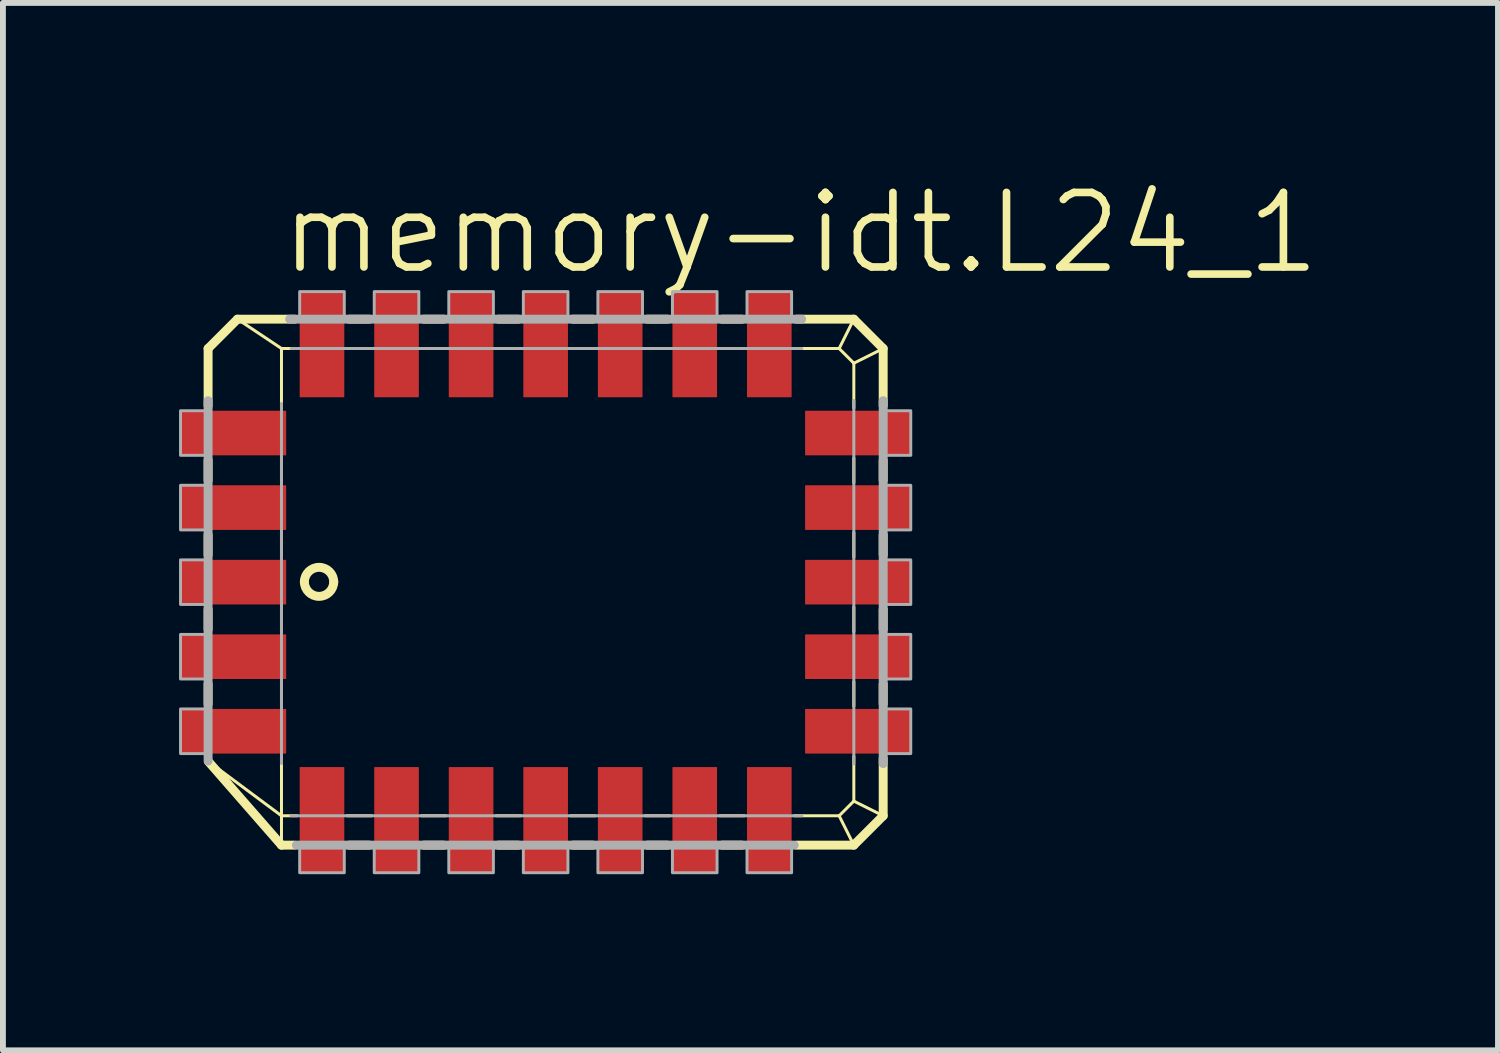
<source format=kicad_pcb>
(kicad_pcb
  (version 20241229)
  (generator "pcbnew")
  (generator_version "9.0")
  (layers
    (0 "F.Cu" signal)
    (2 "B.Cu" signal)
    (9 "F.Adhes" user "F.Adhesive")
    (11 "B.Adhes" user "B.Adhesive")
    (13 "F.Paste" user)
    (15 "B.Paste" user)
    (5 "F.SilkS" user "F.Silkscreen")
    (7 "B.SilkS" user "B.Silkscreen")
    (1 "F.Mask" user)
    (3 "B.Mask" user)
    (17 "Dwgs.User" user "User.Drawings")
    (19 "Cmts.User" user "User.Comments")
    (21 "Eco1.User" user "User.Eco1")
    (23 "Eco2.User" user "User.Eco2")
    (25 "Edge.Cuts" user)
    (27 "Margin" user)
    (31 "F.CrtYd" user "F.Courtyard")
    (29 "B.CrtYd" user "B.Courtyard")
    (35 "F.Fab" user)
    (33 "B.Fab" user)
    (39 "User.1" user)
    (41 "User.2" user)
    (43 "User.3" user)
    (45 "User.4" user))
  (footprint "memory-idt.L24_1"
    (layer "F.Cu")
    (at 6.245 6.867)
    (property "Reference" "memory-idt.L24_1" (at -4.572 -5.207 0) (layer "F.SilkS") (effects (font (size 1.27 1.27) (thickness 0.13)) (justify left bottom)))
    (attr smd)
    (fp_line (start -5.75 -3.98) (end -5.25 -4.48) (stroke (width 0.152) (type default)) (layer "F.SilkS"))
    (fp_line (start -5.75 -3.005) (end -5.75 -3.98) (stroke (width 0.152) (type default)) (layer "F.SilkS"))
    (fp_line (start -5.75 -1.735) (end -5.75 -2.075) (stroke (width 0.152) (type default)) (layer "F.SilkS"))
    (fp_line (start -5.75 -0.465) (end -5.75 -0.805) (stroke (width 0.152) (type default)) (layer "F.SilkS"))
    (fp_line (start -5.75 0.805) (end -5.75 0.465) (stroke (width 0.152) (type default)) (layer "F.SilkS"))
    (fp_line (start -5.75 2.075) (end -5.75 1.735) (stroke (width 0.152) (type default)) (layer "F.SilkS"))
    (fp_line (start -5.25 -4.48) (end -4.5 -3.98) (stroke (width 0.051) (type default)) (layer "F.SilkS"))
    (fp_line (start -5.25 -4.48) (end -4.275 -4.48) (stroke (width 0.152) (type default)) (layer "F.SilkS"))
    (fp_line (start -4.5 -3.98) (end -4.235 -3.98) (stroke (width 0.051) (type default)) (layer "F.SilkS"))
    (fp_line (start -4.5 -2.965) (end -4.5 -3.98) (stroke (width 0.051) (type default)) (layer "F.SilkS"))
    (fp_line (start -4.5 -1.695) (end -4.5 -2.115) (stroke (width 0.051) (type default)) (layer "F.SilkS"))
    (fp_line (start -4.5 -0.425) (end -4.5 -0.845) (stroke (width 0.051) (type default)) (layer "F.SilkS"))
    (fp_line (start -4.5 0.845) (end -4.5 0.425) (stroke (width 0.051) (type default)) (layer "F.SilkS"))
    (fp_line (start -4.5 2.115) (end -4.5 1.695) (stroke (width 0.051) (type default)) (layer "F.SilkS"))
    (fp_line (start -4.5 3.98) (end -5.749 3.051) (stroke (width 0.051) (type default)) (layer "F.SilkS"))
    (fp_line (start -4.5 3.98) (end -4.5 2.965) (stroke (width 0.051) (type default)) (layer "F.SilkS"))
    (fp_line (start -4.5 4.48) (end -5.745 3.055) (stroke (width 0.152) (type default)) (layer "F.SilkS"))
    (fp_line (start -4.5 4.48) (end -4.5 3.98) (stroke (width 0.051) (type default)) (layer "F.SilkS"))
    (fp_line (start -4.275 4.48) (end -4.5 4.48) (stroke (width 0.152) (type default)) (layer "F.SilkS"))
    (fp_line (start -4.235 3.98) (end -4.5 3.98) (stroke (width 0.051) (type default)) (layer "F.SilkS"))
    (fp_line (start -3.385 -3.98) (end -2.965 -3.98) (stroke (width 0.051) (type default)) (layer "F.SilkS"))
    (fp_line (start -3.345 -4.48) (end -3.005 -4.48) (stroke (width 0.152) (type default)) (layer "F.SilkS"))
    (fp_line (start -3.005 4.48) (end -3.345 4.48) (stroke (width 0.152) (type default)) (layer "F.SilkS"))
    (fp_line (start -2.965 3.98) (end -3.385 3.98) (stroke (width 0.051) (type default)) (layer "F.SilkS"))
    (fp_line (start -2.115 -3.98) (end -1.695 -3.98) (stroke (width 0.051) (type default)) (layer "F.SilkS"))
    (fp_line (start -2.075 -4.48) (end -1.735 -4.48) (stroke (width 0.152) (type default)) (layer "F.SilkS"))
    (fp_line (start -1.735 4.48) (end -2.075 4.48) (stroke (width 0.152) (type default)) (layer "F.SilkS"))
    (fp_line (start -1.695 3.98) (end -2.115 3.98) (stroke (width 0.051) (type default)) (layer "F.SilkS"))
    (fp_line (start -0.845 -3.98) (end -0.425 -3.98) (stroke (width 0.051) (type default)) (layer "F.SilkS"))
    (fp_line (start -0.805 -4.48) (end -0.465 -4.48) (stroke (width 0.152) (type default)) (layer "F.SilkS"))
    (fp_line (start -0.465 4.48) (end -0.805 4.48) (stroke (width 0.152) (type default)) (layer "F.SilkS"))
    (fp_line (start -0.425 3.98) (end -0.845 3.98) (stroke (width 0.051) (type default)) (layer "F.SilkS"))
    (fp_line (start 0.425 -3.98) (end 0.845 -3.98) (stroke (width 0.051) (type default)) (layer "F.SilkS"))
    (fp_line (start 0.465 -4.48) (end 0.805 -4.48) (stroke (width 0.152) (type default)) (layer "F.SilkS"))
    (fp_line (start 0.805 4.48) (end 0.465 4.48) (stroke (width 0.152) (type default)) (layer "F.SilkS"))
    (fp_line (start 0.845 3.98) (end 0.425 3.98) (stroke (width 0.051) (type default)) (layer "F.SilkS"))
    (fp_line (start 1.695 -3.98) (end 2.115 -3.98) (stroke (width 0.051) (type default)) (layer "F.SilkS"))
    (fp_line (start 1.735 -4.48) (end 2.075 -4.48) (stroke (width 0.152) (type default)) (layer "F.SilkS"))
    (fp_line (start 2.075 4.48) (end 1.735 4.48) (stroke (width 0.152) (type default)) (layer "F.SilkS"))
    (fp_line (start 2.115 3.98) (end 1.695 3.98) (stroke (width 0.051) (type default)) (layer "F.SilkS"))
    (fp_line (start 2.965 -3.98) (end 3.385 -3.98) (stroke (width 0.051) (type default)) (layer "F.SilkS"))
    (fp_line (start 3.005 -4.48) (end 3.345 -4.48) (stroke (width 0.152) (type default)) (layer "F.SilkS"))
    (fp_line (start 3.345 4.48) (end 3.005 4.48) (stroke (width 0.152) (type default)) (layer "F.SilkS"))
    (fp_line (start 3.385 3.98) (end 2.965 3.98) (stroke (width 0.051) (type default)) (layer "F.SilkS"))
    (fp_line (start 4.235 -3.98) (end 5 -3.98) (stroke (width 0.051) (type default)) (layer "F.SilkS"))
    (fp_line (start 4.275 -4.48) (end 5.25 -4.48) (stroke (width 0.152) (type default)) (layer "F.SilkS"))
    (fp_line (start 5 -3.98) (end 5.25 -4.48) (stroke (width 0.051) (type default)) (layer "F.SilkS"))
    (fp_line (start 5 -3.98) (end 5.25 -3.73) (stroke (width 0.051) (type default)) (layer "F.SilkS"))
    (fp_line (start 5 3.98) (end 4.235 3.98) (stroke (width 0.051) (type default)) (layer "F.SilkS"))
    (fp_line (start 5.25 -4.48) (end 5.75 -3.98) (stroke (width 0.152) (type default)) (layer "F.SilkS"))
    (fp_line (start 5.25 -3.73) (end 5.25 -2.965) (stroke (width 0.051) (type default)) (layer "F.SilkS"))
    (fp_line (start 5.25 -3.73) (end 5.75 -3.98) (stroke (width 0.051) (type default)) (layer "F.SilkS"))
    (fp_line (start 5.25 -2.115) (end 5.25 -1.695) (stroke (width 0.051) (type default)) (layer "F.SilkS"))
    (fp_line (start 5.25 -0.845) (end 5.25 -0.425) (stroke (width 0.051) (type default)) (layer "F.SilkS"))
    (fp_line (start 5.25 0.425) (end 5.25 0.845) (stroke (width 0.051) (type default)) (layer "F.SilkS"))
    (fp_line (start 5.25 1.695) (end 5.25 2.115) (stroke (width 0.051) (type default)) (layer "F.SilkS"))
    (fp_line (start 5.25 2.965) (end 5.25 3.73) (stroke (width 0.051) (type default)) (layer "F.SilkS"))
    (fp_line (start 5.25 3.73) (end 5 3.98) (stroke (width 0.051) (type default)) (layer "F.SilkS"))
    (fp_line (start 5.25 4.48) (end 4.275 4.48) (stroke (width 0.152) (type default)) (layer "F.SilkS"))
    (fp_line (start 5.25 4.48) (end 5 3.98) (stroke (width 0.051) (type default)) (layer "F.SilkS"))
    (fp_line (start 5.75 -3.98) (end 5.75 -3.005) (stroke (width 0.152) (type default)) (layer "F.SilkS"))
    (fp_line (start 5.75 -2.075) (end 5.75 -1.735) (stroke (width 0.152) (type default)) (layer "F.SilkS"))
    (fp_line (start 5.75 -0.805) (end 5.75 -0.465) (stroke (width 0.152) (type default)) (layer "F.SilkS"))
    (fp_line (start 5.75 0.465) (end 5.75 0.805) (stroke (width 0.152) (type default)) (layer "F.SilkS"))
    (fp_line (start 5.75 1.735) (end 5.75 2.075) (stroke (width 0.152) (type default)) (layer "F.SilkS"))
    (fp_line (start 5.75 3.005) (end 5.75 3.98) (stroke (width 0.152) (type default)) (layer "F.SilkS"))
    (fp_line (start 5.75 3.98) (end 5.25 3.73) (stroke (width 0.051) (type default)) (layer "F.SilkS"))
    (fp_line (start 5.75 3.98) (end 5.25 4.48) (stroke (width 0.152) (type default)) (layer "F.SilkS"))
    (fp_arc (start -4.11 -0.004) (mid -3.8585 -0.2525) (end -3.61 -0.001) (stroke (width 0.1524) (type default)) (layer "F.SilkS"))
    (fp_arc (start -3.61 -0.007) (mid -3.861 0.242) (end -4.11 -0.009) (stroke (width 0.1524) (type default)) (layer "F.SilkS"))
    (fp_line (start -5.75 3.047) (end -5.75 -3.091) (stroke (width 0.152) (type default)) (layer "F.Fab"))
    (fp_line (start -4.5 3.09) (end -4.5 -3.045) (stroke (width 0.051) (type default)) (layer "F.Fab"))
    (fp_line (start -4.361 -4.48) (end 4.361 -4.48) (stroke (width 0.152) (type default)) (layer "F.Fab"))
    (fp_line (start -4.336 -3.98) (end 4.365 -3.98) (stroke (width 0.051) (type default)) (layer "F.Fab"))
    (fp_line (start 4.234 4.48) (end -4.246 4.48) (stroke (width 0.152) (type default)) (layer "F.Fab"))
    (fp_line (start 4.365 3.98) (end -4.34 3.98) (stroke (width 0.051) (type default)) (layer "F.Fab"))
    (fp_line (start 5.25 -3.095) (end 5.25 3.095) (stroke (width 0.051) (type default)) (layer "F.Fab"))
    (fp_line (start 5.75 -3.091) (end 5.75 3.091) (stroke (width 0.152) (type default)) (layer "F.Fab"))
    (fp_rect (start -6.22 -2.16) (end -5.75 -2.92) (stroke (width 0.05) (type default)) (fill no) (layer "F.Fab"))
    (fp_rect (start -6.22 -0.89) (end -5.75 -1.65) (stroke (width 0.05) (type default)) (fill no) (layer "F.Fab"))
    (fp_rect (start -6.22 0.38) (end -5.75 -0.38) (stroke (width 0.05) (type default)) (fill no) (layer "F.Fab"))
    (fp_rect (start -6.22 1.65) (end -5.75 0.89) (stroke (width 0.05) (type default)) (fill no) (layer "F.Fab"))
    (fp_rect (start -6.22 2.92) (end -5.75 2.16) (stroke (width 0.05) (type default)) (fill no) (layer "F.Fab"))
    (fp_rect (start -4.19 -4.48) (end -3.43 -4.95) (stroke (width 0.05) (type default)) (fill no) (layer "F.Fab"))
    (fp_rect (start -4.19 4.95) (end -3.43 4.48) (stroke (width 0.05) (type default)) (fill no) (layer "F.Fab"))
    (fp_rect (start -2.92 -4.48) (end -2.16 -4.95) (stroke (width 0.05) (type default)) (fill no) (layer "F.Fab"))
    (fp_rect (start -2.92 4.95) (end -2.16 4.48) (stroke (width 0.05) (type default)) (fill no) (layer "F.Fab"))
    (fp_rect (start -1.65 -4.48) (end -0.89 -4.95) (stroke (width 0.05) (type default)) (fill no) (layer "F.Fab"))
    (fp_rect (start -1.65 4.95) (end -0.89 4.48) (stroke (width 0.05) (type default)) (fill no) (layer "F.Fab"))
    (fp_rect (start -0.38 -4.48) (end 0.38 -4.95) (stroke (width 0.05) (type default)) (fill no) (layer "F.Fab"))
    (fp_rect (start -0.38 4.95) (end 0.38 4.48) (stroke (width 0.05) (type default)) (fill no) (layer "F.Fab"))
    (fp_rect (start 0.89 -4.48) (end 1.65 -4.95) (stroke (width 0.05) (type default)) (fill no) (layer "F.Fab"))
    (fp_rect (start 0.89 4.95) (end 1.65 4.48) (stroke (width 0.05) (type default)) (fill no) (layer "F.Fab"))
    (fp_rect (start 2.16 -4.48) (end 2.92 -4.95) (stroke (width 0.05) (type default)) (fill no) (layer "F.Fab"))
    (fp_rect (start 2.16 4.95) (end 2.92 4.48) (stroke (width 0.05) (type default)) (fill no) (layer "F.Fab"))
    (fp_rect (start 3.43 -4.48) (end 4.19 -4.95) (stroke (width 0.05) (type default)) (fill no) (layer "F.Fab"))
    (fp_rect (start 3.43 4.95) (end 4.19 4.48) (stroke (width 0.05) (type default)) (fill no) (layer "F.Fab"))
    (fp_rect (start 5.75 -2.16) (end 6.22 -2.92) (stroke (width 0.05) (type default)) (fill no) (layer "F.Fab"))
    (fp_rect (start 5.75 -0.89) (end 6.22 -1.65) (stroke (width 0.05) (type default)) (fill no) (layer "F.Fab"))
    (fp_rect (start 5.75 0.38) (end 6.22 -0.38) (stroke (width 0.05) (type default)) (fill no) (layer "F.Fab"))
    (fp_rect (start 5.75 1.65) (end 6.22 0.89) (stroke (width 0.05) (type default)) (fill no) (layer "F.Fab"))
    (fp_rect (start 5.75 2.92) (end 6.22 2.16) (stroke (width 0.05) (type default)) (fill no) (layer "F.Fab"))
    (pad "1" smd roundrect (at -5.32 0) (size 1.8 0.76) (layers "F.Cu" "F.Mask" "F.Paste") (roundrect_rratio 0.01))
    (pad "2" smd roundrect (at -5.32 1.27) (size 1.8 0.76) (layers "F.Cu" "F.Mask" "F.Paste") (roundrect_rratio 0.01))
    (pad "3" smd roundrect (at -5.32 2.54) (size 1.8 0.76) (layers "F.Cu" "F.Mask" "F.Paste") (roundrect_rratio 0.01))
    (pad "4" smd roundrect (at -3.81 4.05) (size 0.76 1.8) (layers "F.Cu" "F.Mask" "F.Paste") (roundrect_rratio 0.01))
    (pad "5" smd roundrect (at -2.54 4.05) (size 0.76 1.8) (layers "F.Cu" "F.Mask" "F.Paste") (roundrect_rratio 0.01))
    (pad "6" smd roundrect (at -1.27 4.05) (size 0.76 1.8) (layers "F.Cu" "F.Mask" "F.Paste") (roundrect_rratio 0.01))
    (pad "7" smd roundrect (at 0 4.05) (size 0.76 1.8) (layers "F.Cu" "F.Mask" "F.Paste") (roundrect_rratio 0.01))
    (pad "8" smd roundrect (at 1.27 4.05) (size 0.76 1.8) (layers "F.Cu" "F.Mask" "F.Paste") (roundrect_rratio 0.01))
    (pad "9" smd roundrect (at 2.54 4.05) (size 0.76 1.8) (layers "F.Cu" "F.Mask" "F.Paste") (roundrect_rratio 0.01))
    (pad "10" smd roundrect (at 3.81 4.05) (size 0.76 1.8) (layers "F.Cu" "F.Mask" "F.Paste") (roundrect_rratio 0.01))
    (pad "11" smd roundrect (at 5.32 2.54) (size 1.8 0.76) (layers "F.Cu" "F.Mask" "F.Paste") (roundrect_rratio 0.01))
    (pad "12" smd roundrect (at 5.32 1.27) (size 1.8 0.76) (layers "F.Cu" "F.Mask" "F.Paste") (roundrect_rratio 0.01))
    (pad "13" smd roundrect (at 5.32 0) (size 1.8 0.76) (layers "F.Cu" "F.Mask" "F.Paste") (roundrect_rratio 0.01))
    (pad "14" smd roundrect (at 5.32 -1.27) (size 1.8 0.76) (layers "F.Cu" "F.Mask" "F.Paste") (roundrect_rratio 0.01))
    (pad "15" smd roundrect (at 5.32 -2.54) (size 1.8 0.76) (layers "F.Cu" "F.Mask" "F.Paste") (roundrect_rratio 0.01))
    (pad "16" smd roundrect (at 3.81 -4.05) (size 0.76 1.8) (layers "F.Cu" "F.Mask" "F.Paste") (roundrect_rratio 0.01))
    (pad "17" smd roundrect (at 2.54 -4.05) (size 0.76 1.8) (layers "F.Cu" "F.Mask" "F.Paste") (roundrect_rratio 0.01))
    (pad "18" smd roundrect (at 1.27 -4.05) (size 0.76 1.8) (layers "F.Cu" "F.Mask" "F.Paste") (roundrect_rratio 0.01))
    (pad "19" smd roundrect (at 0 -4.05) (size 0.76 1.8) (layers "F.Cu" "F.Mask" "F.Paste") (roundrect_rratio 0.01))
    (pad "20" smd roundrect (at -1.27 -4.05) (size 0.76 1.8) (layers "F.Cu" "F.Mask" "F.Paste") (roundrect_rratio 0.01))
    (pad "21" smd roundrect (at -2.54 -4.05) (size 0.76 1.8) (layers "F.Cu" "F.Mask" "F.Paste") (roundrect_rratio 0.01))
    (pad "22" smd roundrect (at -3.81 -4.05) (size 0.76 1.8) (layers "F.Cu" "F.Mask" "F.Paste") (roundrect_rratio 0.01))
    (pad "23" smd roundrect (at -5.32 -2.54) (size 1.8 0.76) (layers "F.Cu" "F.Mask" "F.Paste") (roundrect_rratio 0.01))
    (pad "24" smd roundrect (at -5.32 -1.27) (size 1.8 0.76) (layers "F.Cu" "F.Mask" "F.Paste") (roundrect_rratio 0.01)))
  (gr_rect
    (start -3 -3)
    (end 22.468 14.842)
    (stroke (width 0.1) (type default))
    (fill no)
    (layer "Edge.Cuts")))
</source>
